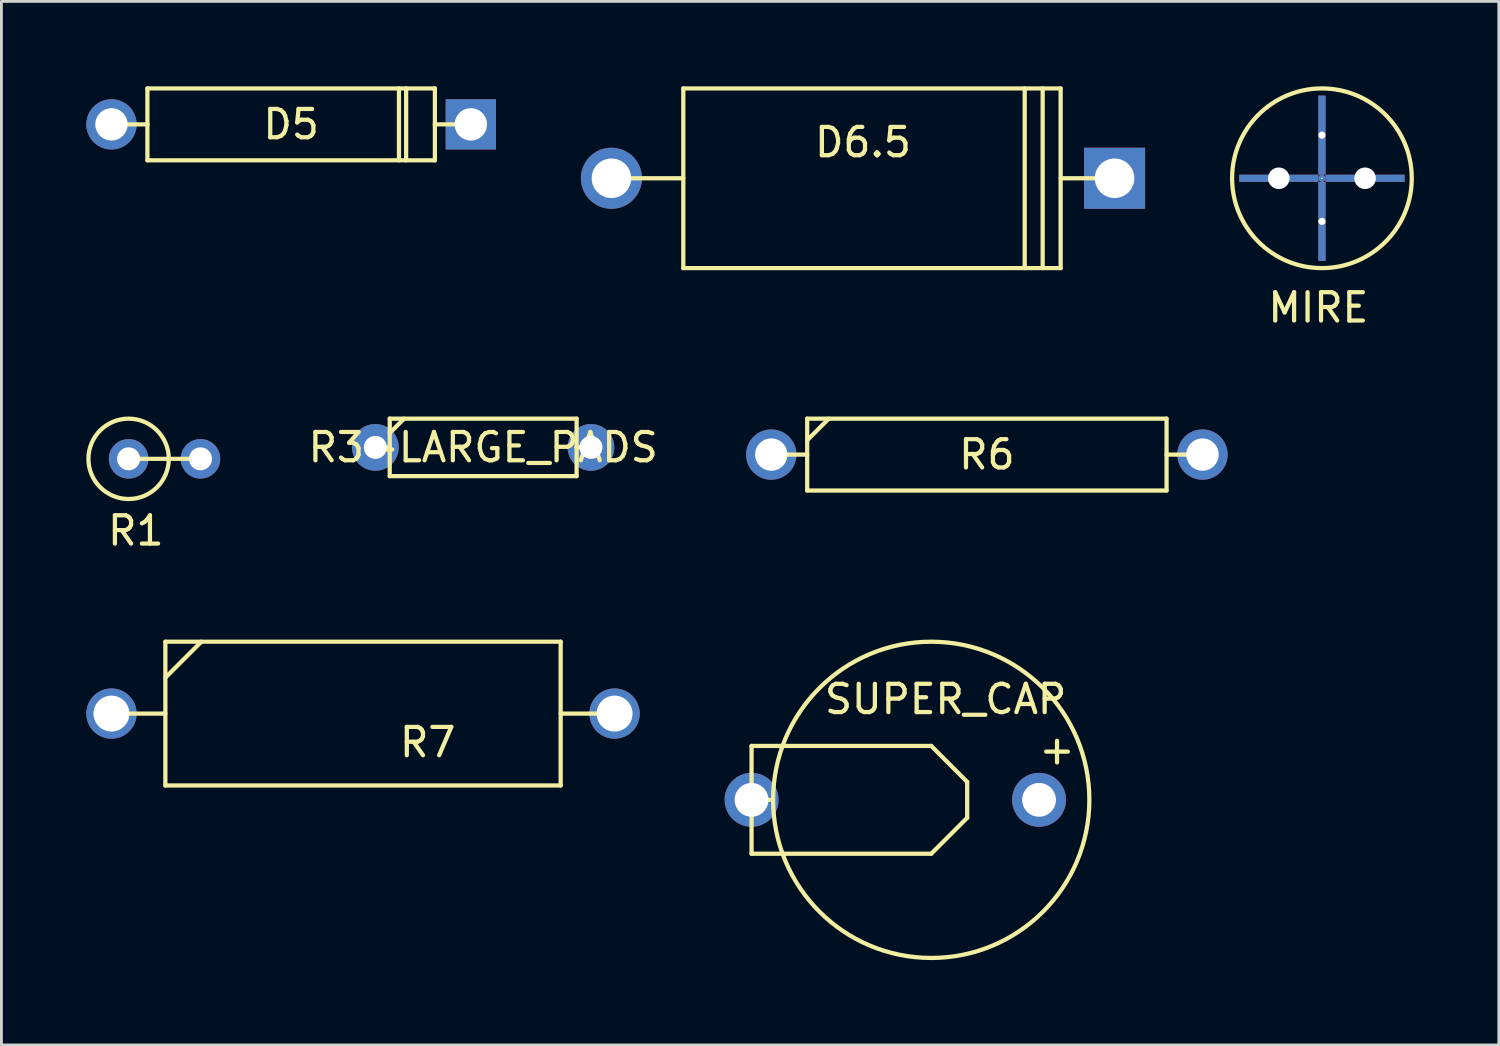
<source format=kicad_pcb>
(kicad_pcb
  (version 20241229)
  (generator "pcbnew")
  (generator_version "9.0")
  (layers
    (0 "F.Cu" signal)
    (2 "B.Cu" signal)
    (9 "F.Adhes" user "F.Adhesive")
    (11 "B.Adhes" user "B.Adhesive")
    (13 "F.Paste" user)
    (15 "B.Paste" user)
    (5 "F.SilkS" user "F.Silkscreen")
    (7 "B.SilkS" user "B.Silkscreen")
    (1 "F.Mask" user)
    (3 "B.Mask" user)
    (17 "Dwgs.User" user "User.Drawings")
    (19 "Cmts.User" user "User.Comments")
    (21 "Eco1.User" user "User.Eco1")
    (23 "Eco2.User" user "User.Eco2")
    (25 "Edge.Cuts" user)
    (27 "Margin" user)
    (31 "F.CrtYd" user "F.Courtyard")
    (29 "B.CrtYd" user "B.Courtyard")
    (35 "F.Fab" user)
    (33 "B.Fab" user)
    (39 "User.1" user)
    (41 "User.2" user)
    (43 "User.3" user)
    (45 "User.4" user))
  (footprint "MIRE"
    (layer "F.Cu")
    (at 43.667 3.25)
    (property "Reference" "MIRE" (at -0.127 4.572 0) (layer "F.SilkS") (effects (font (size 1 1) (thickness 0.15))))
    (attr through_hole)
    (fp_circle (center 0 0) (end 2.54 1.905) (stroke (width 0.15) (type solid)) (fill no) (layer "F.SilkS"))
    (pad "" thru_hole rect (at -1.524 0) (size 2.794 0.254) (drill 0.762) (layers "*.Cu" "*.Mask"))
    (pad "" thru_hole rect (at 0 -1.524) (size 0.254 2.794) (drill 0.762) (layers "*.Cu" "*.Mask"))
    (pad "" thru_hole circle (at 0 0) (size 0.254 0.254) (drill 0.051) (layers "*.Cu" "*.Mask"))
    (pad "" thru_hole rect (at 0 1.524) (size 0.254 2.794) (drill 0.762) (layers "*.Cu" "*.Mask"))
    (pad "" thru_hole rect (at 1.524 0) (size 2.794 0.254) (drill 0.762) (layers "*.Cu" "*.Mask")))
  (footprint "R1"
    (layer "F.Cu")
    (at 2.765 13.165)
    (property "Reference" "R1" (at -1.016 2.54 0) (layer "F.SilkS") (effects (font (size 1 1) (thickness 0.15))))
    (attr through_hole)
    (fp_line (start -1.27 0) (end 1.27 0) (stroke (width 0.15) (type solid)) (layer "F.SilkS"))
    (fp_circle (center -1.27 0) (end -0.635 1.27) (stroke (width 0.15) (type solid)) (fill no) (layer "F.SilkS"))
    (pad "1" thru_hole circle (at -1.27 0) (size 1.397 1.397) (drill 0.813) (layers "*.Cu" "*.Mask"))
    (pad "2" thru_hole circle (at 1.27 0) (size 1.397 1.397) (drill 0.813) (layers "*.Cu" "*.Mask")))
  (footprint "SUPER_CAP"
    (layer "F.Cu")
    (at 29.86 25.216)
    (property "Reference" "SUPER_CAP" (at 0.508 -3.556 0) (layer "F.SilkS") (effects (font (size 1 1) (thickness 0.15))))
    (attr through_hole)
    (fp_line (start -6.35 -1.905) (end -6.35 1.905) (stroke (width 0.15) (type solid)) (layer "F.SilkS"))
    (fp_line (start -6.35 1.905) (end 0 1.905) (stroke (width 0.15) (type solid)) (layer "F.SilkS"))
    (fp_line (start -5.715 0) (end -6.35 0) (stroke (width 0.15) (type solid)) (layer "F.SilkS"))
    (fp_line (start 0 -1.905) (end -6.35 -1.905) (stroke (width 0.15) (type solid)) (layer "F.SilkS"))
    (fp_line (start 0 1.905) (end 1.27 0.635) (stroke (width 0.15) (type solid)) (layer "F.SilkS"))
    (fp_line (start 1.27 -0.635) (end 0 -1.905) (stroke (width 0.15) (type solid)) (layer "F.SilkS"))
    (fp_line (start 1.27 0.635) (end 1.27 -0.635) (stroke (width 0.15) (type solid)) (layer "F.SilkS"))
    (fp_circle (center 0 0) (end 0 -5.588) (stroke (width 0.15) (type solid)) (fill no) (layer "F.SilkS"))
    (fp_text user "+" (at 4.445 -1.778 0) (layer "F.SilkS") (effects (font (size 1 1) (thickness 0.15))))
    (pad "1" thru_hole circle (at 3.81 0) (size 1.905 1.905) (drill 1.194) (layers "*.Cu" "*.Mask"))
    (pad "2" thru_hole circle (at -6.35 0) (size 1.905 1.905) (drill 1.194) (layers "*.Cu" "*.Mask")))
  (footprint "R7"
    (layer "F.Cu")
    (at 9.779 22.168)
    (property "Reference" "R7" (at 2.286 1.016 0) (layer "F.SilkS") (effects (font (size 1 1) (thickness 0.15))))
    (attr through_hole)
    (fp_line (start -8.89 0) (end -8.89 0) (stroke (width 0.15) (type solid)) (layer "F.SilkS"))
    (fp_line (start -8.89 0) (end -8.89 0) (stroke (width 0.15) (type solid)) (layer "F.SilkS"))
    (fp_line (start -8.89 0) (end -6.985 0) (stroke (width 0.15) (type solid)) (layer "F.SilkS"))
    (fp_line (start -6.985 -2.54) (end -6.985 2.54) (stroke (width 0.15) (type solid)) (layer "F.SilkS"))
    (fp_line (start -6.985 -2.54) (end 6.985 -2.54) (stroke (width 0.15) (type solid)) (layer "F.SilkS"))
    (fp_line (start -6.985 -1.27) (end -5.715 -2.54) (stroke (width 0.15) (type solid)) (layer "F.SilkS"))
    (fp_line (start 6.985 -2.54) (end 6.985 2.54) (stroke (width 0.15) (type solid)) (layer "F.SilkS"))
    (fp_line (start 6.985 0) (end 8.89 0) (stroke (width 0.15) (type solid)) (layer "F.SilkS"))
    (fp_line (start 6.985 2.54) (end -6.985 2.54) (stroke (width 0.15) (type solid)) (layer "F.SilkS"))
    (fp_line (start 8.89 0) (end 8.89 0) (stroke (width 0.15) (type solid)) (layer "F.SilkS"))
    (pad "1" thru_hole circle (at -8.89 0) (size 1.778 1.778) (drill 1.27) (layers "*.Cu" "*.Mask"))
    (pad "2" thru_hole circle (at 8.89 0) (size 1.778 1.778) (drill 1.27) (layers "*.Cu" "*.Mask")))
  (footprint "D5"
    (layer "F.Cu")
    (at 7.239 1.345)
    (property "Reference" "D5" (at 0 0 0) (layer "F.SilkS") (effects (font (size 1 1) (thickness 0.15))))
    (attr through_hole)
    (fp_line (start -5.08 -1.27) (end -5.08 0) (stroke (width 0.15) (type solid)) (layer "F.SilkS"))
    (fp_line (start -5.08 0) (end -6.35 0) (stroke (width 0.15) (type solid)) (layer "F.SilkS"))
    (fp_line (start -5.08 0) (end -5.08 1.27) (stroke (width 0.15) (type solid)) (layer "F.SilkS"))
    (fp_line (start -5.08 1.27) (end 5.08 1.27) (stroke (width 0.15) (type solid)) (layer "F.SilkS"))
    (fp_line (start 3.81 -1.27) (end 3.81 1.27) (stroke (width 0.15) (type solid)) (layer "F.SilkS"))
    (fp_line (start 4.064 -1.27) (end 4.064 1.27) (stroke (width 0.15) (type solid)) (layer "F.SilkS"))
    (fp_line (start 5.08 -1.27) (end -5.08 -1.27) (stroke (width 0.15) (type solid)) (layer "F.SilkS"))
    (fp_line (start 5.08 0) (end 5.08 -1.27) (stroke (width 0.15) (type solid)) (layer "F.SilkS"))
    (fp_line (start 5.08 1.27) (end 5.08 0) (stroke (width 0.15) (type solid)) (layer "F.SilkS"))
    (fp_line (start 6.35 0) (end 5.08 0) (stroke (width 0.15) (type solid)) (layer "F.SilkS"))
    (pad "1" thru_hole rect (at 6.35 0) (size 1.778 1.778) (drill 1.143) (layers "*.Cu" "*.Mask"))
    (pad "2" thru_hole circle (at -6.35 0) (size 1.778 1.778) (drill 1.143) (layers "*.Cu" "*.Mask")))
  (footprint "D6.5"
    (layer "F.Cu")
    (at 27.448 3.25)
    (property "Reference" "D6.5" (at 0 -1.27 0) (layer "F.SilkS") (effects (font (size 1 1) (thickness 0.15))))
    (attr through_hole)
    (fp_line (start -8.89 0) (end -6.35 0) (stroke (width 0.15) (type solid)) (layer "F.SilkS"))
    (fp_line (start -6.35 -3.175) (end 6.985 -3.175) (stroke (width 0.15) (type solid)) (layer "F.SilkS"))
    (fp_line (start -6.35 3.175) (end -6.35 -3.175) (stroke (width 0.15) (type solid)) (layer "F.SilkS"))
    (fp_line (start 5.715 3.175) (end 5.715 -3.175) (stroke (width 0.15) (type solid)) (layer "F.SilkS"))
    (fp_line (start 6.35 -3.175) (end 6.35 3.175) (stroke (width 0.15) (type solid)) (layer "F.SilkS"))
    (fp_line (start 6.985 0) (end 8.89 0) (stroke (width 0.15) (type solid)) (layer "F.SilkS"))
    (fp_line (start 6.985 3.175) (end -6.35 3.175) (stroke (width 0.15) (type solid)) (layer "F.SilkS"))
    (fp_line (start 6.985 3.175) (end 6.985 -3.175) (stroke (width 0.15) (type solid)) (layer "F.SilkS"))
    (pad "1" thru_hole rect (at 8.89 0) (size 2.159 2.159) (drill 1.397) (layers "*.Cu" "*.Mask"))
    (pad "2" thru_hole circle (at -8.89 0) (size 2.159 2.159) (drill 1.397) (layers "*.Cu" "*.Mask")))
  (footprint "R3-LARGE_PADS"
    (layer "F.Cu")
    (at 14.025 12.761)
    (property "Reference" "R3-LARGE_PADS" (at 0 0 0) (layer "F.SilkS") (effects (font (size 1 1) (thickness 0.15))))
    (attr through_hole)
    (fp_line (start -3.81 0) (end -3.302 0) (stroke (width 0.15) (type solid)) (layer "F.SilkS"))
    (fp_line (start -3.302 -1.016) (end -3.302 1.016) (stroke (width 0.15) (type solid)) (layer "F.SilkS"))
    (fp_line (start -3.302 -0.508) (end -2.794 -1.016) (stroke (width 0.15) (type solid)) (layer "F.SilkS"))
    (fp_line (start -3.302 1.016) (end 3.302 1.016) (stroke (width 0.15) (type solid)) (layer "F.SilkS"))
    (fp_line (start 3.302 -1.016) (end -3.302 -1.016) (stroke (width 0.15) (type solid)) (layer "F.SilkS"))
    (fp_line (start 3.302 0) (end 3.302 -1.016) (stroke (width 0.15) (type solid)) (layer "F.SilkS"))
    (fp_line (start 3.302 1.016) (end 3.302 0) (stroke (width 0.15) (type solid)) (layer "F.SilkS"))
    (fp_line (start 3.81 0) (end 3.302 0) (stroke (width 0.15) (type solid)) (layer "F.SilkS"))
    (pad "1" thru_hole circle (at -3.81 0) (size 1.651 1.651) (drill 0.813) (layers "*.Cu" "*.Mask"))
    (pad "2" thru_hole circle (at 3.81 0) (size 1.651 1.651) (drill 0.813) (layers "*.Cu" "*.Mask")))
  (footprint "R6"
    (layer "F.Cu")
    (at 31.826 13.015)
    (property "Reference" "R6" (at 0 0 0) (layer "F.SilkS") (effects (font (size 1 1) (thickness 0.15))))
    (attr through_hole)
    (fp_line (start -7.62 0) (end -6.35 0) (stroke (width 0.15) (type solid)) (layer "F.SilkS"))
    (fp_line (start -6.35 -1.27) (end -6.35 1.27) (stroke (width 0.15) (type solid)) (layer "F.SilkS"))
    (fp_line (start -6.35 -1.27) (end 6.35 -1.27) (stroke (width 0.15) (type solid)) (layer "F.SilkS"))
    (fp_line (start -6.35 -0.508) (end -5.588 -1.27) (stroke (width 0.15) (type solid)) (layer "F.SilkS"))
    (fp_line (start 6.35 -1.27) (end 6.35 1.27) (stroke (width 0.15) (type solid)) (layer "F.SilkS"))
    (fp_line (start 6.35 0) (end 7.62 0) (stroke (width 0.15) (type solid)) (layer "F.SilkS"))
    (fp_line (start 6.35 1.27) (end -6.35 1.27) (stroke (width 0.15) (type solid)) (layer "F.SilkS"))
    (pad "1" thru_hole circle (at -7.62 0) (size 1.778 1.778) (drill 1.143) (layers "*.Cu" "*.Mask"))
    (pad "2" thru_hole circle (at 7.62 0) (size 1.778 1.778) (drill 1.143) (layers "*.Cu" "*.Mask")))
  (gr_rect
    (start -3 -3)
    (end 49.917 33.879)
    (stroke (width 0.1) (type default))
    (fill no)
    (layer "Edge.Cuts")))
</source>
